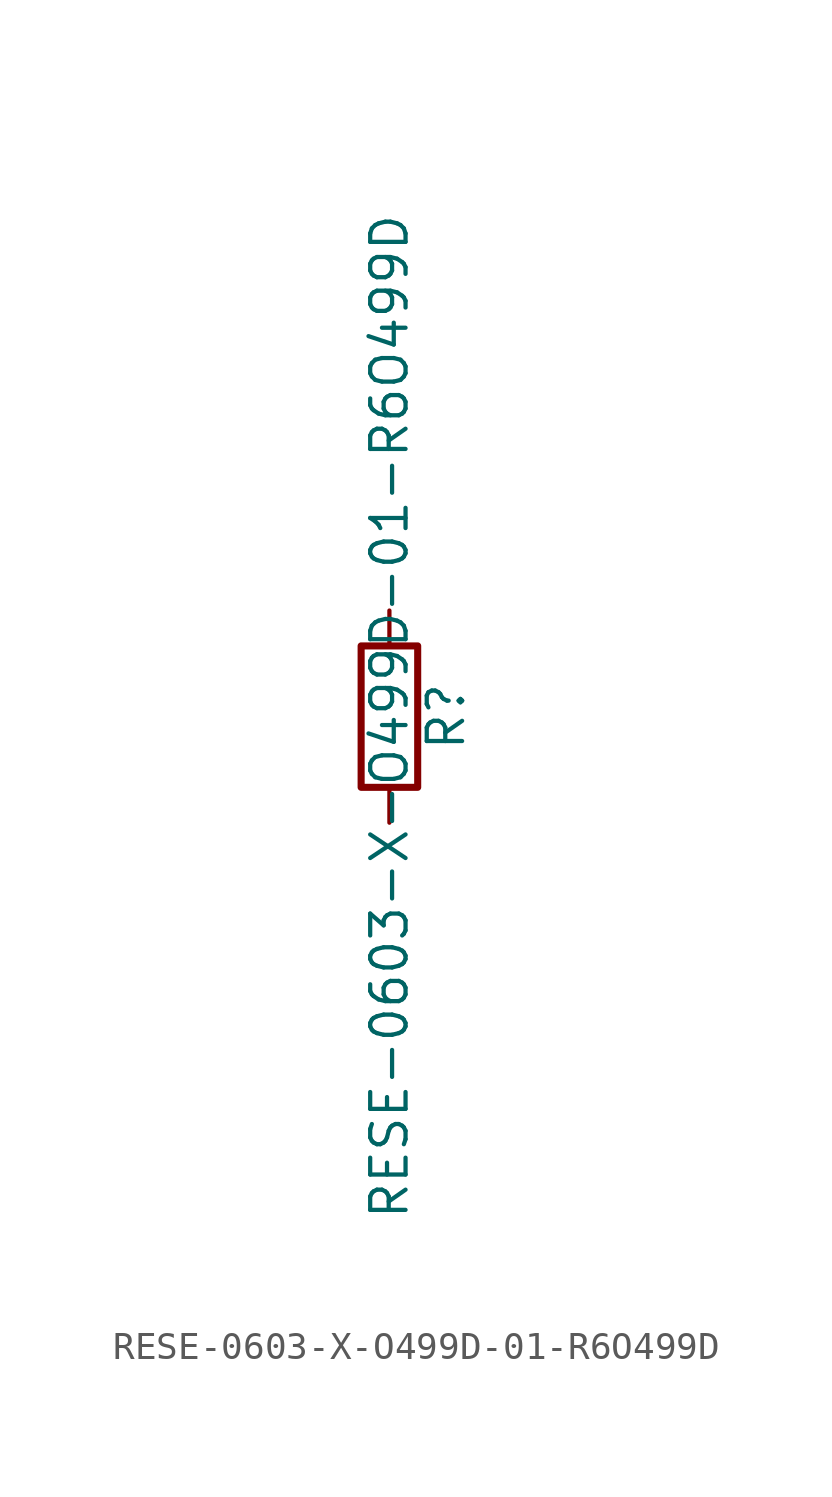
<source format=kicad_sym>
(kicad_symbol_lib
  (version 20211014)
  (generator kicad_symbol_editor)
  (symbol "RESE-0603-X-O499D-01-R6O499D"
    (pin_numbers hide)
    (pin_names
      (offset 0))
    (property "Reference" "R"
      (at 2.032 0 90)
      (effects (font (size 1.27 1.27))))
    (property "Value" "RESE-0603-X-O499D-01-R6O499D"
      (at 0 0 90)
      (effects (font (size 1.27 1.27))))
    (symbol "RESE-0603-X-O499D-01-R6O499D_0_1"
      (rectangle (start -1.016 -2.54) (end 1.016 2.54) (stroke (width 0.254) (type default) (color 0 0 0 0)) (fill (type none))))
    (symbol "RESE-0603-X-O499D-01-R6O499D_1_1"
      (pin passive line (at 0 3.81 270) (length 1.27) (name "~" (effects (font (size 1.27 1.27)))) (number "1" (effects (font (size 1.27 1.27)))))
      (pin passive line (at 0 -3.81 90) (length 1.27) (name "~" (effects (font (size 1.27 1.27)))) (number "2" (effects (font (size 1.27 1.27))))))))
</source>
